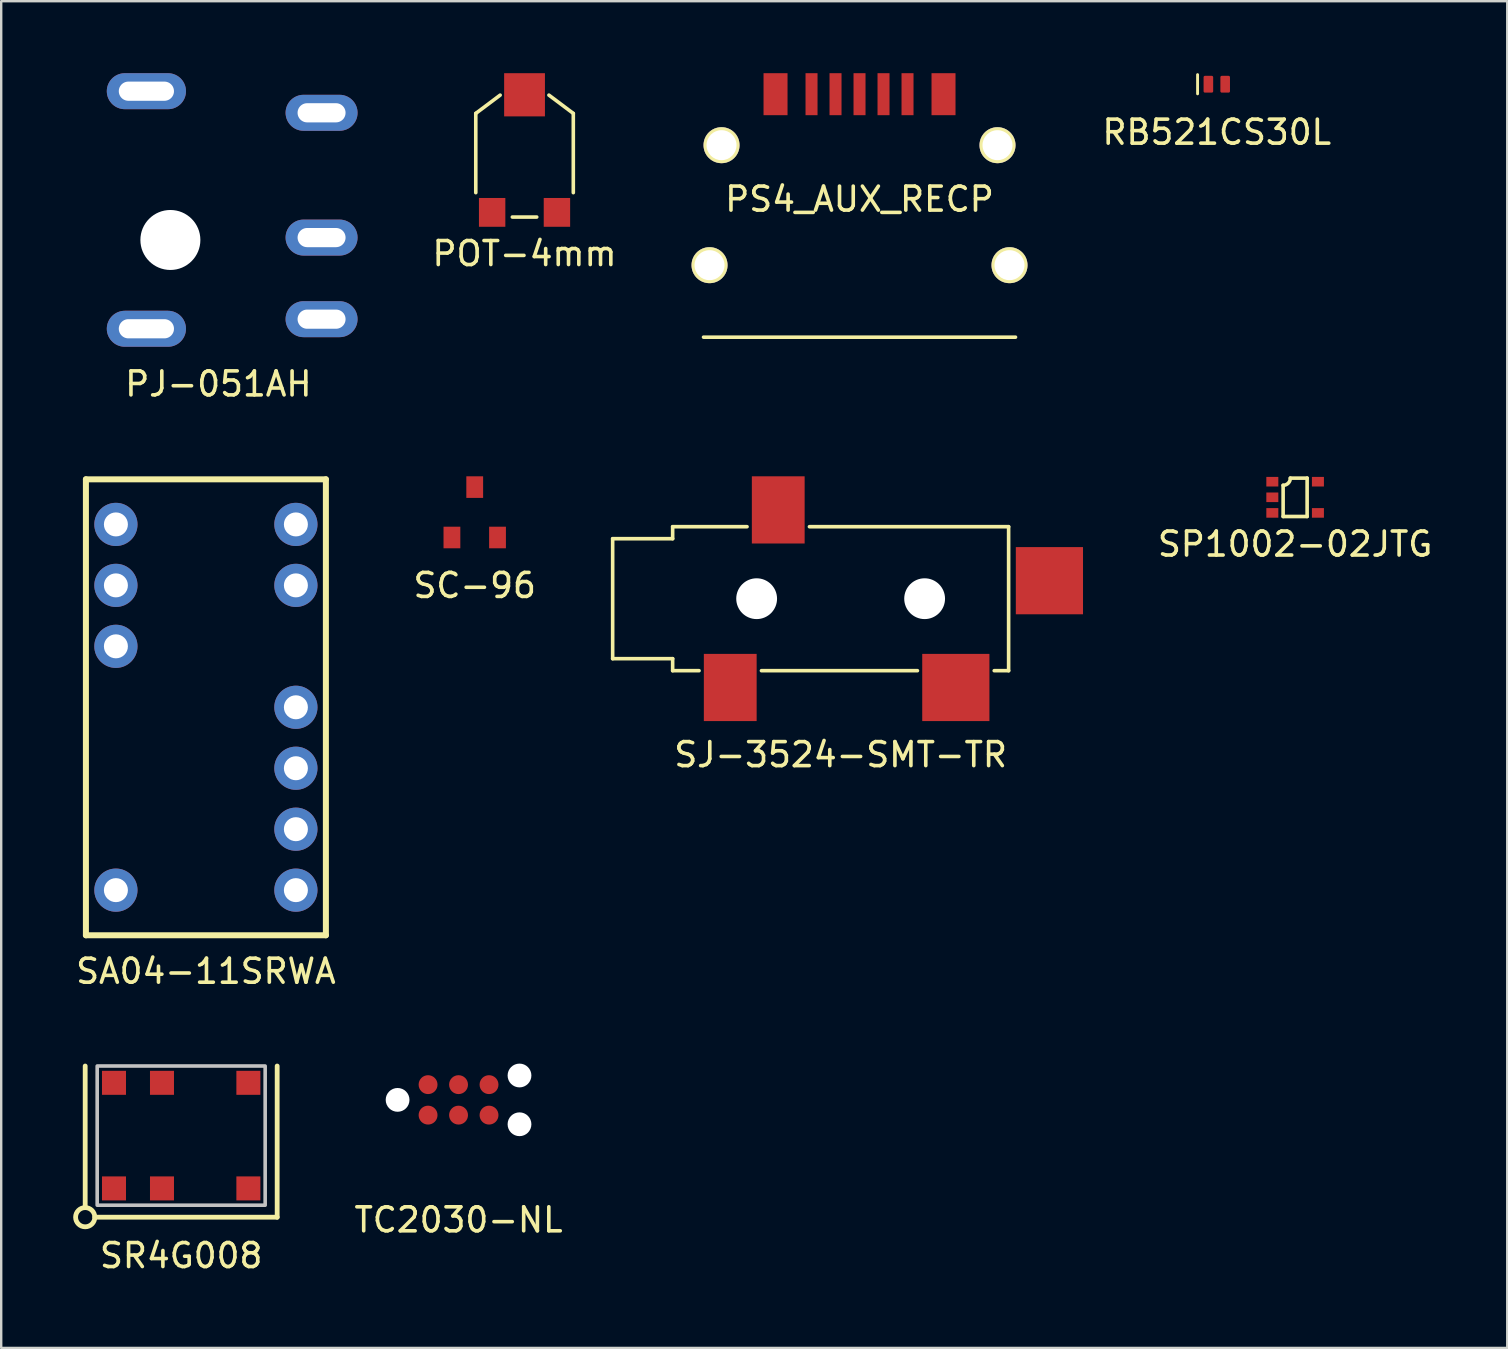
<source format=kicad_pcb>
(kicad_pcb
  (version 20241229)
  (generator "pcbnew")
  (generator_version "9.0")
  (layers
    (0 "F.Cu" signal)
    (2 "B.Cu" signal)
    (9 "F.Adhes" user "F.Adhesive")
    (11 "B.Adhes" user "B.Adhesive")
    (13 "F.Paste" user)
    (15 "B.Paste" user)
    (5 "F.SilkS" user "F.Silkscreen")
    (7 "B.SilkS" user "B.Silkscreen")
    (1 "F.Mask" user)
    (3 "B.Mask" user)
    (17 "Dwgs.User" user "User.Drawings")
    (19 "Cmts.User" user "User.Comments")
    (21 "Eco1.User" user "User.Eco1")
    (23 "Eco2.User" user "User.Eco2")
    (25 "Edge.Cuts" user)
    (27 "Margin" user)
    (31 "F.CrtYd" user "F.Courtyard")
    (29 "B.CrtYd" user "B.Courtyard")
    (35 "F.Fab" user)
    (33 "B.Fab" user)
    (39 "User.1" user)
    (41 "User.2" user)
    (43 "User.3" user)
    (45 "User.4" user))
  (footprint "PS4_AUX_RECP"
    (layer "F.Cu")
    (at 32.767 1)
    (property "Reference" "PS4_AUX_RECP" (at 0 4.25 0) (layer "F.SilkS") (effects (font (size 1 1) (thickness 0.15))))
    (attr through_hole)
    (fp_line (start 6.5 10) (end -6.5 10) (stroke (width 0.15) (type solid)) (layer "F.SilkS"))
    (pad "1" smd rect (at 3.5 -0.125) (size 1 1.75) (layers "F.Cu" "F.Mask" "F.Paste"))
    (pad "2" smd rect (at 2 -0.125) (size 0.5 1.75) (layers "F.Cu" "F.Mask" "F.Paste"))
    (pad "3" smd rect (at 1 -0.125) (size 0.5 1.75) (layers "F.Cu" "F.Mask" "F.Paste"))
    (pad "4" smd rect (at 0 -0.125) (size 0.5 1.75) (layers "F.Cu" "F.Mask" "F.Paste"))
    (pad "5" smd rect (at -1 -0.125) (size 0.5 1.75) (layers "F.Cu" "F.Mask" "F.Paste"))
    (pad "6" smd rect (at -2 -0.125) (size 0.5 1.75) (layers "F.Cu" "F.Mask" "F.Paste"))
    (pad "7" smd rect (at -3.5 -0.125) (size 1 1.75) (layers "F.Cu" "F.Mask" "F.Paste"))
    (pad "8" thru_hole circle (at -6.25 7) (size 1.5 1.5) (drill 1.25) (layers "*.Cu" "*.Mask" "F.SilkS"))
    (pad "8" thru_hole circle (at -5.75 2) (size 1.5 1.5) (drill 1.25) (layers "*.Cu" "*.Mask" "F.SilkS"))
    (pad "8" thru_hole circle (at 5.75 2) (size 1.5 1.5) (drill 1.25) (layers "*.Cu" "*.Mask" "F.SilkS"))
    (pad "8" thru_hole circle (at 6.25 7) (size 1.5 1.5) (drill 1.25) (layers "*.Cu" "*.Mask" "F.SilkS")))
  (footprint "SC-96"
    (layer "F.Cu")
    (at 16.732 19.348)
    (property "Reference" "SC-96" (at 0 2 0) (layer "F.SilkS") (effects (font (size 1 1) (thickness 0.15))))
    (attr through_hole)
    (pad "1" smd rect (at -0.95 0) (size 0.7 0.9) (layers "F.Cu" "F.Mask" "F.Paste"))
    (pad "2" smd rect (at 0.95 0) (size 0.7 0.9) (layers "F.Cu" "F.Mask" "F.Paste"))
    (pad "3" smd rect (at 0 -2.1) (size 0.7 0.9) (layers "F.Cu" "F.Mask" "F.Paste")))
  (footprint "TC2030-NL"
    (layer "F.Cu")
    (at 16.058 42.783)
    (property "Reference" "TC2030-NL" (at 0 5 0) (layer "F.SilkS") (effects (font (size 1 1) (thickness 0.15))))
    (attr through_hole)
    (pad "" np_thru_hole circle (at -2.54 0) (size 0.991 0.991) (drill 0.991) (layers "*.Cu" "*.Mask"))
    (pad "" np_thru_hole circle (at 2.54 -1.016) (size 0.991 0.991) (drill 0.991) (layers "*.Cu" "*.Mask"))
    (pad "" np_thru_hole circle (at 2.54 1.016) (size 0.991 0.991) (drill 0.991) (layers "*.Cu" "*.Mask"))
    (pad "1" smd circle (at -1.27 0.635) (size 0.787 0.787) (layers "F.Cu" "F.Mask" "F.Paste"))
    (pad "2" smd circle (at -1.27 -0.635) (size 0.787 0.787) (layers "F.Cu" "F.Mask" "F.Paste"))
    (pad "3" smd circle (at 0 0.635) (size 0.787 0.787) (layers "F.Cu" "F.Mask" "F.Paste"))
    (pad "4" smd circle (at 0 -0.635) (size 0.787 0.787) (layers "F.Cu" "F.Mask" "F.Paste"))
    (pad "5" smd circle (at 1.27 0.635) (size 0.787 0.787) (layers "F.Cu" "F.Mask" "F.Paste"))
    (pad "6" smd circle (at 1.27 -0.635) (size 0.787 0.787) (layers "F.Cu" "F.Mask" "F.Paste")))
  (footprint "RB521CS30L"
    (layer "F.Cu")
    (at 47.654 0.46)
    (property "Reference" "RB521CS30L" (at 0 2 0) (layer "F.SilkS") (effects (font (size 1 1) (thickness 0.15))))
    (attr through_hole)
    (fp_line (start -0.8 -0.4) (end -0.8 0.4) (stroke (width 0.12) (type solid)) (layer "F.SilkS"))
    (pad "" smd rect (at -0.35 0) (size 0.3 0.6) (layers "F.Paste"))
    (pad "" smd rect (at -0.35 0) (size 0.5 0.8) (layers "F.Mask"))
    (pad "" smd rect (at 0.35 0) (size 0.3 0.6) (layers "F.Paste"))
    (pad "" smd rect (at 0.35 0) (size 0.5 0.8) (layers "F.Mask"))
    (pad "1" smd roundrect (at -0.35 0) (size 0.4 0.7) (layers "F.Cu") (roundrect_rratio 0.143))
    (pad "2" smd roundrect (at 0.35 0) (size 0.4 0.7) (layers "F.Cu") (roundrect_rratio 0.143)))
  (footprint "SA04-11SRWA"
    (layer "F.Cu")
    (at 5.53 26.423)
    (property "Reference" "SA04-11SRWA" (at 0 11 0) (layer "F.SilkS") (effects (font (size 1 1) (thickness 0.15))))
    (attr through_hole)
    (fp_line (start -5 -9.5) (end -5 9.5) (stroke (width 0.25) (type solid)) (layer "F.SilkS"))
    (fp_line (start -5 9.5) (end 5 9.5) (stroke (width 0.25) (type solid)) (layer "F.SilkS"))
    (fp_line (start 5 -9.5) (end -5 -9.5) (stroke (width 0.25) (type solid)) (layer "F.SilkS"))
    (fp_line (start 5 9.5) (end 5 -9.5) (stroke (width 0.25) (type solid)) (layer "F.SilkS"))
    (pad "1" thru_hole circle (at -3.75 -7.62) (size 1.8 1.8) (drill 1) (layers "*.Cu" "*.Mask"))
    (pad "2" thru_hole circle (at -3.75 -5.08) (size 1.8 1.8) (drill 1) (layers "*.Cu" "*.Mask"))
    (pad "3" thru_hole circle (at -3.75 -2.54) (size 1.8 1.8) (drill 1) (layers "*.Cu" "*.Mask"))
    (pad "7" thru_hole circle (at -3.75 7.62) (size 1.8 1.8) (drill 1) (layers "*.Cu" "*.Mask"))
    (pad "8" thru_hole circle (at 3.75 7.62) (size 1.8 1.8) (drill 1) (layers "*.Cu" "*.Mask"))
    (pad "9" thru_hole circle (at 3.75 5.08) (size 1.8 1.8) (drill 1) (layers "*.Cu" "*.Mask"))
    (pad "10" thru_hole circle (at 3.75 2.54) (size 1.8 1.8) (drill 1) (layers "*.Cu" "*.Mask"))
    (pad "11" thru_hole circle (at 3.75 0) (size 1.8 1.8) (drill 1) (layers "*.Cu" "*.Mask"))
    (pad "13" thru_hole circle (at 3.75 -5.08) (size 1.8 1.8) (drill 1) (layers "*.Cu" "*.Mask"))
    (pad "14" thru_hole circle (at 3.75 -7.62) (size 1.8 1.8) (drill 1) (layers "*.Cu" "*.Mask")))
  (footprint "SJ-3524-SMT-TR"
    (layer "F.Cu")
    (at 31.98 21.898)
    (property "Reference" "SJ-3524-SMT-TR" (at 0 6.5 0) (layer "F.SilkS") (effects (font (size 1 1) (thickness 0.15))))
    (attr through_hole)
    (fp_line (start -9.5 -2.5) (end -7 -2.5) (stroke (width 0.15) (type solid)) (layer "F.SilkS"))
    (fp_line (start -9.5 2.5) (end -9.5 -2.5) (stroke (width 0.15) (type solid)) (layer "F.SilkS"))
    (fp_line (start -7 -3) (end -7 -2.5) (stroke (width 0.15) (type solid)) (layer "F.SilkS"))
    (fp_line (start -7 2.5) (end -9.5 2.5) (stroke (width 0.15) (type solid)) (layer "F.SilkS"))
    (fp_line (start -7 3) (end -7 2.5) (stroke (width 0.15) (type solid)) (layer "F.SilkS"))
    (fp_line (start -5.9 3) (end -7 3) (stroke (width 0.15) (type solid)) (layer "F.SilkS"))
    (fp_line (start -3.9 -3) (end -7 -3) (stroke (width 0.15) (type solid)) (layer "F.SilkS"))
    (fp_line (start 3.2 3) (end -3.3 3) (stroke (width 0.15) (type solid)) (layer "F.SilkS"))
    (fp_line (start 7 -3) (end -1.3 -3) (stroke (width 0.15) (type solid)) (layer "F.SilkS"))
    (fp_line (start 7 -3) (end 7 3) (stroke (width 0.15) (type solid)) (layer "F.SilkS"))
    (fp_line (start 7 3) (end 6.4 3) (stroke (width 0.15) (type solid)) (layer "F.SilkS"))
    (pad "" np_thru_hole circle (at -3.5 0) (size 1.7 1.7) (drill 1.7) (layers "*.Cu" "*.Mask"))
    (pad "" np_thru_hole circle (at 3.5 0) (size 1.7 1.7) (drill 1.7) (layers "*.Cu" "*.Mask"))
    (pad "1" smd rect (at -4.6 3.7) (size 2.2 2.8) (layers "F.Cu" "F.Mask" "F.Paste"))
    (pad "2" smd rect (at 4.8 3.7) (size 2.8 2.8) (layers "F.Cu" "F.Mask" "F.Paste"))
    (pad "3" smd rect (at -2.6 -3.7) (size 2.2 2.8) (layers "F.Cu" "F.Mask" "F.Paste"))
    (pad "4" smd rect (at 8.7 -0.75) (size 2.8 2.8) (layers "F.Cu" "F.Mask" "F.Paste")))
  (footprint "POT-4mm"
    (layer "F.Cu")
    (at 18.808 3.2)
    (property "Reference" "POT-4mm" (at 0 4.318 0) (layer "F.SilkS") (effects (font (size 1 1) (thickness 0.15))))
    (attr through_hole)
    (fp_line (start -2.032 -1.524) (end -1.016 -2.286) (stroke (width 0.15) (type solid)) (layer "F.SilkS"))
    (fp_line (start -2.032 1.778) (end -2.032 -1.524) (stroke (width 0.15) (type solid)) (layer "F.SilkS"))
    (fp_line (start -0.508 2.794) (end 0.508 2.794) (stroke (width 0.15) (type solid)) (layer "F.SilkS"))
    (fp_line (start 2.032 -1.524) (end 1.016 -2.286) (stroke (width 0.15) (type solid)) (layer "F.SilkS"))
    (fp_line (start 2.032 1.778) (end 2.032 -1.524) (stroke (width 0.15) (type solid)) (layer "F.SilkS"))
    (pad "1" smd rect (at -1.35 2.6) (size 1.1 1.2) (layers "F.Cu" "F.Mask" "F.Paste"))
    (pad "2" smd rect (at 0 -2.3) (size 1.7 1.8) (layers "F.Cu" "F.Mask" "F.Paste"))
    (pad "3" smd rect (at 1.35 2.6) (size 1.1 1.2) (layers "F.Cu" "F.Mask" "F.Paste")))
  (footprint "SP1002-02JTG"
    (layer "F.Cu")
    (at 50.919 17.673)
    (property "Reference" "SP1002-02JTG" (at 0 1.95 0) (layer "F.SilkS") (effects (font (size 1 1) (thickness 0.15))))
    (attr through_hole)
    (fp_line (start -0.5 -0.5) (end -0.5 0.8) (stroke (width 0.15) (type solid)) (layer "F.SilkS"))
    (fp_line (start -0.5 0.8) (end 0.5 0.8) (stroke (width 0.15) (type solid)) (layer "F.SilkS"))
    (fp_line (start 0.5 -0.8) (end -0.2 -0.8) (stroke (width 0.15) (type solid)) (layer "F.SilkS"))
    (fp_line (start 0.5 0.8) (end 0.5 -0.8) (stroke (width 0.15) (type solid)) (layer "F.SilkS"))
    (fp_arc (start -0.2 -0.8) (mid -0.287868 -0.587868) (end -0.5 -0.5) (stroke (width 0.15) (type solid)) (layer "F.SilkS"))
    (pad "" smd rect (at -0.95 0) (size 0.5 0.4) (layers "F.Cu" "F.Mask" "F.Paste"))
    (pad "1" smd rect (at -0.95 -0.65) (size 0.5 0.4) (layers "F.Cu" "F.Mask" "F.Paste"))
    (pad "3" smd rect (at -0.95 0.65) (size 0.5 0.4) (layers "F.Cu" "F.Mask" "F.Paste"))
    (pad "4" smd rect (at 0.95 0.65) (size 0.5 0.4) (layers "F.Cu" "F.Mask" "F.Paste"))
    (pad "5" smd rect (at 0.95 -0.65) (size 0.5 0.4) (layers "F.Cu" "F.Mask" "F.Paste")))
  (footprint "SR4G008"
    (layer "F.Cu")
    (at 4.5 44.272)
    (property "Reference" "SR4G008" (at 0 5 0) (layer "F.SilkS") (effects (font (size 1 1) (thickness 0.15))))
    (attr through_hole)
    (fp_line (start -4 -2.9) (end -4 3) (stroke (width 0.2) (type solid)) (layer "F.SilkS"))
    (fp_line (start -3.6 3.4) (end 4 3.4) (stroke (width 0.2) (type solid)) (layer "F.SilkS"))
    (fp_line (start 4 3.4) (end 4 -2.9) (stroke (width 0.2) (type solid)) (layer "F.SilkS"))
    (fp_circle (center -4 3.4) (end -3.6 3.4) (stroke (width 0.2) (type solid)) (fill no) (layer "F.SilkS"))
    (fp_poly (pts (xy 3.5 -2.9) (xy -3.5 -2.9) (xy -3.5 2.9) (xy 3.5 2.9)) (stroke (width 0.15) (type solid)) (fill no) (layer "Dwgs.User"))
    (pad "1" smd rect (at -2.8 2.2) (size 1 1) (layers "F.Cu" "F.Mask" "F.Paste"))
    (pad "2" smd rect (at -0.8 2.2) (size 1 1) (layers "F.Cu" "F.Mask" "F.Paste"))
    (pad "3" smd rect (at 2.8 2.2) (size 1 1) (layers "F.Cu" "F.Mask" "F.Paste"))
    (pad "4" smd rect (at -0.8 -2.2) (size 1 1) (layers "F.Cu" "F.Mask" "F.Paste"))
    (pad "5" smd rect (at 2.8 -2.2) (size 1 1) (layers "F.Cu" "F.Mask" "F.Paste"))
    (pad "6" smd rect (at -2.8 -2.2) (size 1 1) (layers "F.Cu" "F.Mask" "F.Paste")))
  (footprint "PJ-051AH"
    (layer "F.Cu")
    (at 4.05 6.95)
    (property "Reference" "PJ-051AH" (at 2 6 0) (layer "F.SilkS") (effects (font (size 1 1) (thickness 0.15))))
    (attr through_hole)
    (fp_line (start -0.8 -0.8) (end -0.8 0.8) (stroke (width 0.1) (type solid)) (layer "F.SilkS"))
    (fp_line (start -0.8 -0.8) (end 0.8 -0.8) (stroke (width 0.1) (type solid)) (layer "F.SilkS"))
    (fp_line (start -0.8 0.8) (end 0.8 0.8) (stroke (width 0.1) (type solid)) (layer "F.SilkS"))
    (fp_line (start 0.8 0.8) (end 0.8 -0.8) (stroke (width 0.1) (type solid)) (layer "F.SilkS"))
    (fp_line (start -4 -6.2) (end -4 3.7) (stroke (width 0.1) (type solid)) (layer "Eco1.User"))
    (pad "" np_thru_hole circle (at 0 0) (size 2.5 2.5) (drill 2.5) (layers "*.Cu" "*.Mask"))
    (pad "1" thru_hole oval (at 6.3 3.3) (size 3 1.5) (drill oval 2 0.8) (layers "*.Cu" "*.Mask"))
    (pad "2" thru_hole oval (at 6.3 -5.3) (size 3 1.5) (drill oval 2 0.8) (layers "*.Cu" "*.Mask"))
    (pad "3" thru_hole oval (at 6.3 -0.1) (size 3 1.5) (drill oval 2 0.8) (layers "*.Cu" "*.Mask"))
    (pad "MP" thru_hole oval (at -1 -6.2) (size 3.3 1.5) (drill oval 2.3 0.8) (layers "*.Cu" "*.Mask"))
    (pad "MP" thru_hole oval (at -1 3.7) (size 3.3 1.5) (drill oval 2.3 0.8) (layers "*.Cu" "*.Mask")))
  (gr_rect
    (start -3 -3)
    (end 59.758 53.12)
    (stroke (width 0.1) (type default))
    (fill no)
    (layer "Edge.Cuts")))
</source>
